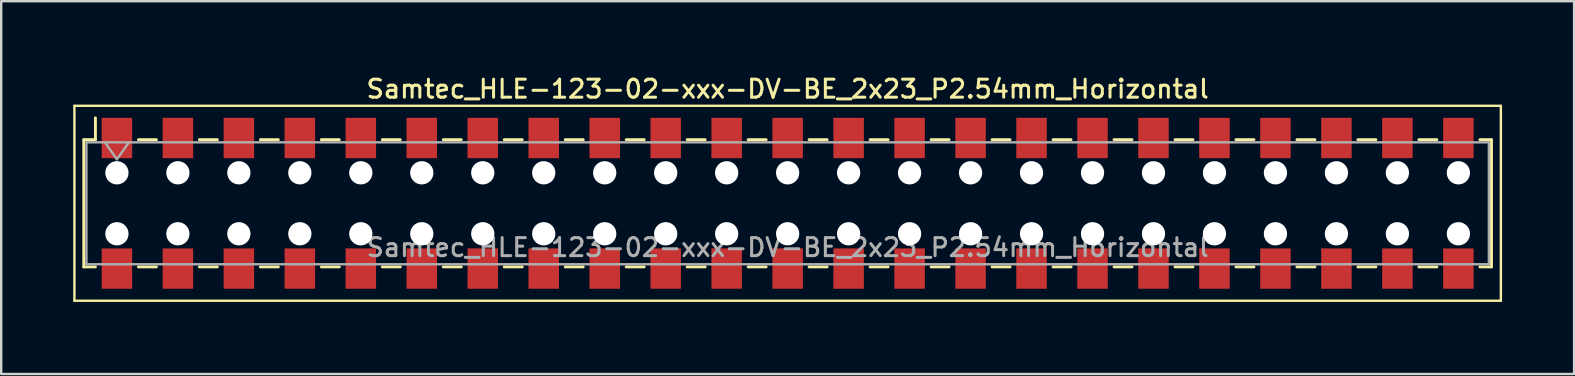
<source format=kicad_pcb>
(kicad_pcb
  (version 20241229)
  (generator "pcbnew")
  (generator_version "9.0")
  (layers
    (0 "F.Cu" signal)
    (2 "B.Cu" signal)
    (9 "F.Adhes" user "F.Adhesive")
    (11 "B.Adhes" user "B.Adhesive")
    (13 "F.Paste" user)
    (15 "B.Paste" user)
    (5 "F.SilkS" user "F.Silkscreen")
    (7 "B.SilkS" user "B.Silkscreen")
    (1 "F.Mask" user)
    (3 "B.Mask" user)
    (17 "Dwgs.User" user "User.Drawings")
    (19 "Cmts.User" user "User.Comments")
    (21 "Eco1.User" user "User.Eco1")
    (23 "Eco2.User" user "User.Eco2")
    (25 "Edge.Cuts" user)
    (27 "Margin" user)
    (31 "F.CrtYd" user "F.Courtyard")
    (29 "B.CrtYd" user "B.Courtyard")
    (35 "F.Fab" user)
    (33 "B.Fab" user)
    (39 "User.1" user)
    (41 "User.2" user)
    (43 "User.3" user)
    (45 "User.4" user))
  (footprint "Samtec_HLE-123-02-xxx-DV-BE_2x23_P2.54mm_Horizontal"
    (layer "F.Cu")
    (at 29.76 5.418)
    (property "Reference" "Samtec_HLE-123-02-xxx-DV-BE_2x23_P2.54mm_Horizontal" (at 0 -4.76 0) (layer "F.SilkS") (effects (font (size 0.75 0.75) (thickness 0.125))))
    (attr smd)
    (fp_line (start -29.71 -4.06) (end 29.71 -4.06) (stroke (width 0.1) (type solid)) (layer "F.SilkS"))
    (fp_line (start -29.71 4.06) (end -29.71 -4.06) (stroke (width 0.1) (type solid)) (layer "F.SilkS"))
    (fp_line (start -29.32 -2.65) (end -29.32 2.65) (stroke (width 0.12) (type solid)) (layer "F.SilkS"))
    (fp_line (start -29.32 2.65) (end -28.835 2.65) (stroke (width 0.12) (type solid)) (layer "F.SilkS"))
    (fp_line (start -28.835 -3.56) (end -28.835 -2.65) (stroke (width 0.12) (type solid)) (layer "F.SilkS"))
    (fp_line (start -28.835 -2.65) (end -29.32 -2.65) (stroke (width 0.12) (type solid)) (layer "F.SilkS"))
    (fp_line (start -27.045 -2.65) (end -26.295 -2.65) (stroke (width 0.12) (type solid)) (layer "F.SilkS"))
    (fp_line (start -27.045 2.65) (end -26.295 2.65) (stroke (width 0.12) (type solid)) (layer "F.SilkS"))
    (fp_line (start -24.505 -2.65) (end -23.755 -2.65) (stroke (width 0.12) (type solid)) (layer "F.SilkS"))
    (fp_line (start -24.505 2.65) (end -23.755 2.65) (stroke (width 0.12) (type solid)) (layer "F.SilkS"))
    (fp_line (start -21.965 -2.65) (end -21.215 -2.65) (stroke (width 0.12) (type solid)) (layer "F.SilkS"))
    (fp_line (start -21.965 2.65) (end -21.215 2.65) (stroke (width 0.12) (type solid)) (layer "F.SilkS"))
    (fp_line (start -19.425 -2.65) (end -18.675 -2.65) (stroke (width 0.12) (type solid)) (layer "F.SilkS"))
    (fp_line (start -19.425 2.65) (end -18.675 2.65) (stroke (width 0.12) (type solid)) (layer "F.SilkS"))
    (fp_line (start -16.885 -2.65) (end -16.135 -2.65) (stroke (width 0.12) (type solid)) (layer "F.SilkS"))
    (fp_line (start -16.885 2.65) (end -16.135 2.65) (stroke (width 0.12) (type solid)) (layer "F.SilkS"))
    (fp_line (start -14.345 -2.65) (end -13.595 -2.65) (stroke (width 0.12) (type solid)) (layer "F.SilkS"))
    (fp_line (start -14.345 2.65) (end -13.595 2.65) (stroke (width 0.12) (type solid)) (layer "F.SilkS"))
    (fp_line (start -11.805 -2.65) (end -11.055 -2.65) (stroke (width 0.12) (type solid)) (layer "F.SilkS"))
    (fp_line (start -11.805 2.65) (end -11.055 2.65) (stroke (width 0.12) (type solid)) (layer "F.SilkS"))
    (fp_line (start -9.265 -2.65) (end -8.515 -2.65) (stroke (width 0.12) (type solid)) (layer "F.SilkS"))
    (fp_line (start -9.265 2.65) (end -8.515 2.65) (stroke (width 0.12) (type solid)) (layer "F.SilkS"))
    (fp_line (start -6.725 -2.65) (end -5.975 -2.65) (stroke (width 0.12) (type solid)) (layer "F.SilkS"))
    (fp_line (start -6.725 2.65) (end -5.975 2.65) (stroke (width 0.12) (type solid)) (layer "F.SilkS"))
    (fp_line (start -4.185 -2.65) (end -3.435 -2.65) (stroke (width 0.12) (type solid)) (layer "F.SilkS"))
    (fp_line (start -4.185 2.65) (end -3.435 2.65) (stroke (width 0.12) (type solid)) (layer "F.SilkS"))
    (fp_line (start -1.645 -2.65) (end -0.895 -2.65) (stroke (width 0.12) (type solid)) (layer "F.SilkS"))
    (fp_line (start -1.645 2.65) (end -0.895 2.65) (stroke (width 0.12) (type solid)) (layer "F.SilkS"))
    (fp_line (start 0.895 -2.65) (end 1.645 -2.65) (stroke (width 0.12) (type solid)) (layer "F.SilkS"))
    (fp_line (start 0.895 2.65) (end 1.645 2.65) (stroke (width 0.12) (type solid)) (layer "F.SilkS"))
    (fp_line (start 3.435 -2.65) (end 4.185 -2.65) (stroke (width 0.12) (type solid)) (layer "F.SilkS"))
    (fp_line (start 3.435 2.65) (end 4.185 2.65) (stroke (width 0.12) (type solid)) (layer "F.SilkS"))
    (fp_line (start 5.975 -2.65) (end 6.725 -2.65) (stroke (width 0.12) (type solid)) (layer "F.SilkS"))
    (fp_line (start 5.975 2.65) (end 6.725 2.65) (stroke (width 0.12) (type solid)) (layer "F.SilkS"))
    (fp_line (start 8.515 -2.65) (end 9.265 -2.65) (stroke (width 0.12) (type solid)) (layer "F.SilkS"))
    (fp_line (start 8.515 2.65) (end 9.265 2.65) (stroke (width 0.12) (type solid)) (layer "F.SilkS"))
    (fp_line (start 11.055 -2.65) (end 11.805 -2.65) (stroke (width 0.12) (type solid)) (layer "F.SilkS"))
    (fp_line (start 11.055 2.65) (end 11.805 2.65) (stroke (width 0.12) (type solid)) (layer "F.SilkS"))
    (fp_line (start 13.595 -2.65) (end 14.345 -2.65) (stroke (width 0.12) (type solid)) (layer "F.SilkS"))
    (fp_line (start 13.595 2.65) (end 14.345 2.65) (stroke (width 0.12) (type solid)) (layer "F.SilkS"))
    (fp_line (start 16.135 -2.65) (end 16.885 -2.65) (stroke (width 0.12) (type solid)) (layer "F.SilkS"))
    (fp_line (start 16.135 2.65) (end 16.885 2.65) (stroke (width 0.12) (type solid)) (layer "F.SilkS"))
    (fp_line (start 18.675 -2.65) (end 19.425 -2.65) (stroke (width 0.12) (type solid)) (layer "F.SilkS"))
    (fp_line (start 18.675 2.65) (end 19.425 2.65) (stroke (width 0.12) (type solid)) (layer "F.SilkS"))
    (fp_line (start 21.215 -2.65) (end 21.965 -2.65) (stroke (width 0.12) (type solid)) (layer "F.SilkS"))
    (fp_line (start 21.215 2.65) (end 21.965 2.65) (stroke (width 0.12) (type solid)) (layer "F.SilkS"))
    (fp_line (start 23.755 -2.65) (end 24.505 -2.65) (stroke (width 0.12) (type solid)) (layer "F.SilkS"))
    (fp_line (start 23.755 2.65) (end 24.505 2.65) (stroke (width 0.12) (type solid)) (layer "F.SilkS"))
    (fp_line (start 26.295 -2.65) (end 27.045 -2.65) (stroke (width 0.12) (type solid)) (layer "F.SilkS"))
    (fp_line (start 26.295 2.65) (end 27.045 2.65) (stroke (width 0.12) (type solid)) (layer "F.SilkS"))
    (fp_line (start 28.835 -2.65) (end 29.32 -2.65) (stroke (width 0.12) (type solid)) (layer "F.SilkS"))
    (fp_line (start 29.32 -2.65) (end 29.32 2.65) (stroke (width 0.12) (type solid)) (layer "F.SilkS"))
    (fp_line (start 29.32 2.65) (end 28.835 2.65) (stroke (width 0.12) (type solid)) (layer "F.SilkS"))
    (fp_line (start 29.71 -4.06) (end 29.71 4.06) (stroke (width 0.1) (type solid)) (layer "F.SilkS"))
    (fp_line (start 29.71 4.06) (end -29.71 4.06) (stroke (width 0.1) (type solid)) (layer "F.SilkS"))
    (fp_line (start -29.21 -2.54) (end 29.21 -2.54) (stroke (width 0.1) (type solid)) (layer "F.Fab"))
    (fp_line (start -29.21 2.54) (end -29.21 -2.54) (stroke (width 0.1) (type solid)) (layer "F.Fab"))
    (fp_line (start -28.44 -2.54) (end -27.94 -1.833) (stroke (width 0.1) (type solid)) (layer "F.Fab"))
    (fp_line (start -27.94 -1.833) (end -27.44 -2.54) (stroke (width 0.1) (type solid)) (layer "F.Fab"))
    (fp_line (start 29.21 -2.54) (end 29.21 2.54) (stroke (width 0.1) (type solid)) (layer "F.Fab"))
    (fp_line (start 29.21 2.54) (end -29.21 2.54) (stroke (width 0.1) (type solid)) (layer "F.Fab"))
    (fp_text user "${REFERENCE}" (at 0 1.84 0) (layer "F.Fab") (effects (font (size 0.75 0.75) (thickness 0.125))))
    (pad "" np_thru_hole circle (at -27.94 -1.27) (size 0.97 0.97) (drill 0.97) (layers "*.Cu" "*.Mask"))
    (pad "" np_thru_hole circle (at -27.94 1.27) (size 0.97 0.97) (drill 0.97) (layers "*.Cu" "*.Mask"))
    (pad "" np_thru_hole circle (at -25.4 -1.27) (size 0.97 0.97) (drill 0.97) (layers "*.Cu" "*.Mask"))
    (pad "" np_thru_hole circle (at -25.4 1.27) (size 0.97 0.97) (drill 0.97) (layers "*.Cu" "*.Mask"))
    (pad "" np_thru_hole circle (at -22.86 -1.27) (size 0.97 0.97) (drill 0.97) (layers "*.Cu" "*.Mask"))
    (pad "" np_thru_hole circle (at -22.86 1.27) (size 0.97 0.97) (drill 0.97) (layers "*.Cu" "*.Mask"))
    (pad "" np_thru_hole circle (at -20.32 -1.27) (size 0.97 0.97) (drill 0.97) (layers "*.Cu" "*.Mask"))
    (pad "" np_thru_hole circle (at -20.32 1.27) (size 0.97 0.97) (drill 0.97) (layers "*.Cu" "*.Mask"))
    (pad "" np_thru_hole circle (at -17.78 -1.27) (size 0.97 0.97) (drill 0.97) (layers "*.Cu" "*.Mask"))
    (pad "" np_thru_hole circle (at -17.78 1.27) (size 0.97 0.97) (drill 0.97) (layers "*.Cu" "*.Mask"))
    (pad "" np_thru_hole circle (at -15.24 -1.27) (size 0.97 0.97) (drill 0.97) (layers "*.Cu" "*.Mask"))
    (pad "" np_thru_hole circle (at -15.24 1.27) (size 0.97 0.97) (drill 0.97) (layers "*.Cu" "*.Mask"))
    (pad "" np_thru_hole circle (at -12.7 -1.27) (size 0.97 0.97) (drill 0.97) (layers "*.Cu" "*.Mask"))
    (pad "" np_thru_hole circle (at -12.7 1.27) (size 0.97 0.97) (drill 0.97) (layers "*.Cu" "*.Mask"))
    (pad "" np_thru_hole circle (at -10.16 -1.27) (size 0.97 0.97) (drill 0.97) (layers "*.Cu" "*.Mask"))
    (pad "" np_thru_hole circle (at -10.16 1.27) (size 0.97 0.97) (drill 0.97) (layers "*.Cu" "*.Mask"))
    (pad "" np_thru_hole circle (at -7.62 -1.27) (size 0.97 0.97) (drill 0.97) (layers "*.Cu" "*.Mask"))
    (pad "" np_thru_hole circle (at -7.62 1.27) (size 0.97 0.97) (drill 0.97) (layers "*.Cu" "*.Mask"))
    (pad "" np_thru_hole circle (at -5.08 -1.27) (size 0.97 0.97) (drill 0.97) (layers "*.Cu" "*.Mask"))
    (pad "" np_thru_hole circle (at -5.08 1.27) (size 0.97 0.97) (drill 0.97) (layers "*.Cu" "*.Mask"))
    (pad "" np_thru_hole circle (at -2.54 -1.27) (size 0.97 0.97) (drill 0.97) (layers "*.Cu" "*.Mask"))
    (pad "" np_thru_hole circle (at -2.54 1.27) (size 0.97 0.97) (drill 0.97) (layers "*.Cu" "*.Mask"))
    (pad "" np_thru_hole circle (at 0 -1.27) (size 0.97 0.97) (drill 0.97) (layers "*.Cu" "*.Mask"))
    (pad "" np_thru_hole circle (at 0 1.27) (size 0.97 0.97) (drill 0.97) (layers "*.Cu" "*.Mask"))
    (pad "" np_thru_hole circle (at 2.54 -1.27) (size 0.97 0.97) (drill 0.97) (layers "*.Cu" "*.Mask"))
    (pad "" np_thru_hole circle (at 2.54 1.27) (size 0.97 0.97) (drill 0.97) (layers "*.Cu" "*.Mask"))
    (pad "" np_thru_hole circle (at 5.08 -1.27) (size 0.97 0.97) (drill 0.97) (layers "*.Cu" "*.Mask"))
    (pad "" np_thru_hole circle (at 5.08 1.27) (size 0.97 0.97) (drill 0.97) (layers "*.Cu" "*.Mask"))
    (pad "" np_thru_hole circle (at 7.62 -1.27) (size 0.97 0.97) (drill 0.97) (layers "*.Cu" "*.Mask"))
    (pad "" np_thru_hole circle (at 7.62 1.27) (size 0.97 0.97) (drill 0.97) (layers "*.Cu" "*.Mask"))
    (pad "" np_thru_hole circle (at 10.16 -1.27) (size 0.97 0.97) (drill 0.97) (layers "*.Cu" "*.Mask"))
    (pad "" np_thru_hole circle (at 10.16 1.27) (size 0.97 0.97) (drill 0.97) (layers "*.Cu" "*.Mask"))
    (pad "" np_thru_hole circle (at 12.7 -1.27) (size 0.97 0.97) (drill 0.97) (layers "*.Cu" "*.Mask"))
    (pad "" np_thru_hole circle (at 12.7 1.27) (size 0.97 0.97) (drill 0.97) (layers "*.Cu" "*.Mask"))
    (pad "" np_thru_hole circle (at 15.24 -1.27) (size 0.97 0.97) (drill 0.97) (layers "*.Cu" "*.Mask"))
    (pad "" np_thru_hole circle (at 15.24 1.27) (size 0.97 0.97) (drill 0.97) (layers "*.Cu" "*.Mask"))
    (pad "" np_thru_hole circle (at 17.78 -1.27) (size 0.97 0.97) (drill 0.97) (layers "*.Cu" "*.Mask"))
    (pad "" np_thru_hole circle (at 17.78 1.27) (size 0.97 0.97) (drill 0.97) (layers "*.Cu" "*.Mask"))
    (pad "" np_thru_hole circle (at 20.32 -1.27) (size 0.97 0.97) (drill 0.97) (layers "*.Cu" "*.Mask"))
    (pad "" np_thru_hole circle (at 20.32 1.27) (size 0.97 0.97) (drill 0.97) (layers "*.Cu" "*.Mask"))
    (pad "" np_thru_hole circle (at 22.86 -1.27) (size 0.97 0.97) (drill 0.97) (layers "*.Cu" "*.Mask"))
    (pad "" np_thru_hole circle (at 22.86 1.27) (size 0.97 0.97) (drill 0.97) (layers "*.Cu" "*.Mask"))
    (pad "" np_thru_hole circle (at 25.4 -1.27) (size 0.97 0.97) (drill 0.97) (layers "*.Cu" "*.Mask"))
    (pad "" np_thru_hole circle (at 25.4 1.27) (size 0.97 0.97) (drill 0.97) (layers "*.Cu" "*.Mask"))
    (pad "" np_thru_hole circle (at 27.94 -1.27) (size 0.97 0.97) (drill 0.97) (layers "*.Cu" "*.Mask"))
    (pad "" np_thru_hole circle (at 27.94 1.27) (size 0.97 0.97) (drill 0.97) (layers "*.Cu" "*.Mask"))
    (pad "1" smd rect (at -27.94 -2.72) (size 1.27 1.68) (layers "F.Cu" "F.Mask" "F.Paste"))
    (pad "2" smd rect (at -27.94 2.72) (size 1.27 1.68) (layers "F.Cu" "F.Mask" "F.Paste"))
    (pad "3" smd rect (at -25.4 -2.72) (size 1.27 1.68) (layers "F.Cu" "F.Mask" "F.Paste"))
    (pad "4" smd rect (at -25.4 2.72) (size 1.27 1.68) (layers "F.Cu" "F.Mask" "F.Paste"))
    (pad "5" smd rect (at -22.86 -2.72) (size 1.27 1.68) (layers "F.Cu" "F.Mask" "F.Paste"))
    (pad "6" smd rect (at -22.86 2.72) (size 1.27 1.68) (layers "F.Cu" "F.Mask" "F.Paste"))
    (pad "7" smd rect (at -20.32 -2.72) (size 1.27 1.68) (layers "F.Cu" "F.Mask" "F.Paste"))
    (pad "8" smd rect (at -20.32 2.72) (size 1.27 1.68) (layers "F.Cu" "F.Mask" "F.Paste"))
    (pad "9" smd rect (at -17.78 -2.72) (size 1.27 1.68) (layers "F.Cu" "F.Mask" "F.Paste"))
    (pad "10" smd rect (at -17.78 2.72) (size 1.27 1.68) (layers "F.Cu" "F.Mask" "F.Paste"))
    (pad "11" smd rect (at -15.24 -2.72) (size 1.27 1.68) (layers "F.Cu" "F.Mask" "F.Paste"))
    (pad "12" smd rect (at -15.24 2.72) (size 1.27 1.68) (layers "F.Cu" "F.Mask" "F.Paste"))
    (pad "13" smd rect (at -12.7 -2.72) (size 1.27 1.68) (layers "F.Cu" "F.Mask" "F.Paste"))
    (pad "14" smd rect (at -12.7 2.72) (size 1.27 1.68) (layers "F.Cu" "F.Mask" "F.Paste"))
    (pad "15" smd rect (at -10.16 -2.72) (size 1.27 1.68) (layers "F.Cu" "F.Mask" "F.Paste"))
    (pad "16" smd rect (at -10.16 2.72) (size 1.27 1.68) (layers "F.Cu" "F.Mask" "F.Paste"))
    (pad "17" smd rect (at -7.62 -2.72) (size 1.27 1.68) (layers "F.Cu" "F.Mask" "F.Paste"))
    (pad "18" smd rect (at -7.62 2.72) (size 1.27 1.68) (layers "F.Cu" "F.Mask" "F.Paste"))
    (pad "19" smd rect (at -5.08 -2.72) (size 1.27 1.68) (layers "F.Cu" "F.Mask" "F.Paste"))
    (pad "20" smd rect (at -5.08 2.72) (size 1.27 1.68) (layers "F.Cu" "F.Mask" "F.Paste"))
    (pad "21" smd rect (at -2.54 -2.72) (size 1.27 1.68) (layers "F.Cu" "F.Mask" "F.Paste"))
    (pad "22" smd rect (at -2.54 2.72) (size 1.27 1.68) (layers "F.Cu" "F.Mask" "F.Paste"))
    (pad "23" smd rect (at 0 -2.72) (size 1.27 1.68) (layers "F.Cu" "F.Mask" "F.Paste"))
    (pad "24" smd rect (at 0 2.72) (size 1.27 1.68) (layers "F.Cu" "F.Mask" "F.Paste"))
    (pad "25" smd rect (at 2.54 -2.72) (size 1.27 1.68) (layers "F.Cu" "F.Mask" "F.Paste"))
    (pad "26" smd rect (at 2.54 2.72) (size 1.27 1.68) (layers "F.Cu" "F.Mask" "F.Paste"))
    (pad "27" smd rect (at 5.08 -2.72) (size 1.27 1.68) (layers "F.Cu" "F.Mask" "F.Paste"))
    (pad "28" smd rect (at 5.08 2.72) (size 1.27 1.68) (layers "F.Cu" "F.Mask" "F.Paste"))
    (pad "29" smd rect (at 7.62 -2.72) (size 1.27 1.68) (layers "F.Cu" "F.Mask" "F.Paste"))
    (pad "30" smd rect (at 7.62 2.72) (size 1.27 1.68) (layers "F.Cu" "F.Mask" "F.Paste"))
    (pad "31" smd rect (at 10.16 -2.72) (size 1.27 1.68) (layers "F.Cu" "F.Mask" "F.Paste"))
    (pad "32" smd rect (at 10.16 2.72) (size 1.27 1.68) (layers "F.Cu" "F.Mask" "F.Paste"))
    (pad "33" smd rect (at 12.7 -2.72) (size 1.27 1.68) (layers "F.Cu" "F.Mask" "F.Paste"))
    (pad "34" smd rect (at 12.7 2.72) (size 1.27 1.68) (layers "F.Cu" "F.Mask" "F.Paste"))
    (pad "35" smd rect (at 15.24 -2.72) (size 1.27 1.68) (layers "F.Cu" "F.Mask" "F.Paste"))
    (pad "36" smd rect (at 15.24 2.72) (size 1.27 1.68) (layers "F.Cu" "F.Mask" "F.Paste"))
    (pad "37" smd rect (at 17.78 -2.72) (size 1.27 1.68) (layers "F.Cu" "F.Mask" "F.Paste"))
    (pad "38" smd rect (at 17.78 2.72) (size 1.27 1.68) (layers "F.Cu" "F.Mask" "F.Paste"))
    (pad "39" smd rect (at 20.32 -2.72) (size 1.27 1.68) (layers "F.Cu" "F.Mask" "F.Paste"))
    (pad "40" smd rect (at 20.32 2.72) (size 1.27 1.68) (layers "F.Cu" "F.Mask" "F.Paste"))
    (pad "41" smd rect (at 22.86 -2.72) (size 1.27 1.68) (layers "F.Cu" "F.Mask" "F.Paste"))
    (pad "42" smd rect (at 22.86 2.72) (size 1.27 1.68) (layers "F.Cu" "F.Mask" "F.Paste"))
    (pad "43" smd rect (at 25.4 -2.72) (size 1.27 1.68) (layers "F.Cu" "F.Mask" "F.Paste"))
    (pad "44" smd rect (at 25.4 2.72) (size 1.27 1.68) (layers "F.Cu" "F.Mask" "F.Paste"))
    (pad "45" smd rect (at 27.94 -2.72) (size 1.27 1.68) (layers "F.Cu" "F.Mask" "F.Paste"))
    (pad "46" smd rect (at 27.94 2.72) (size 1.27 1.68) (layers "F.Cu" "F.Mask" "F.Paste")))
  (gr_rect
    (start -3 -3)
    (end 62.52 12.528)
    (stroke (width 0.1) (type default))
    (fill no)
    (layer "Edge.Cuts")))
</source>
